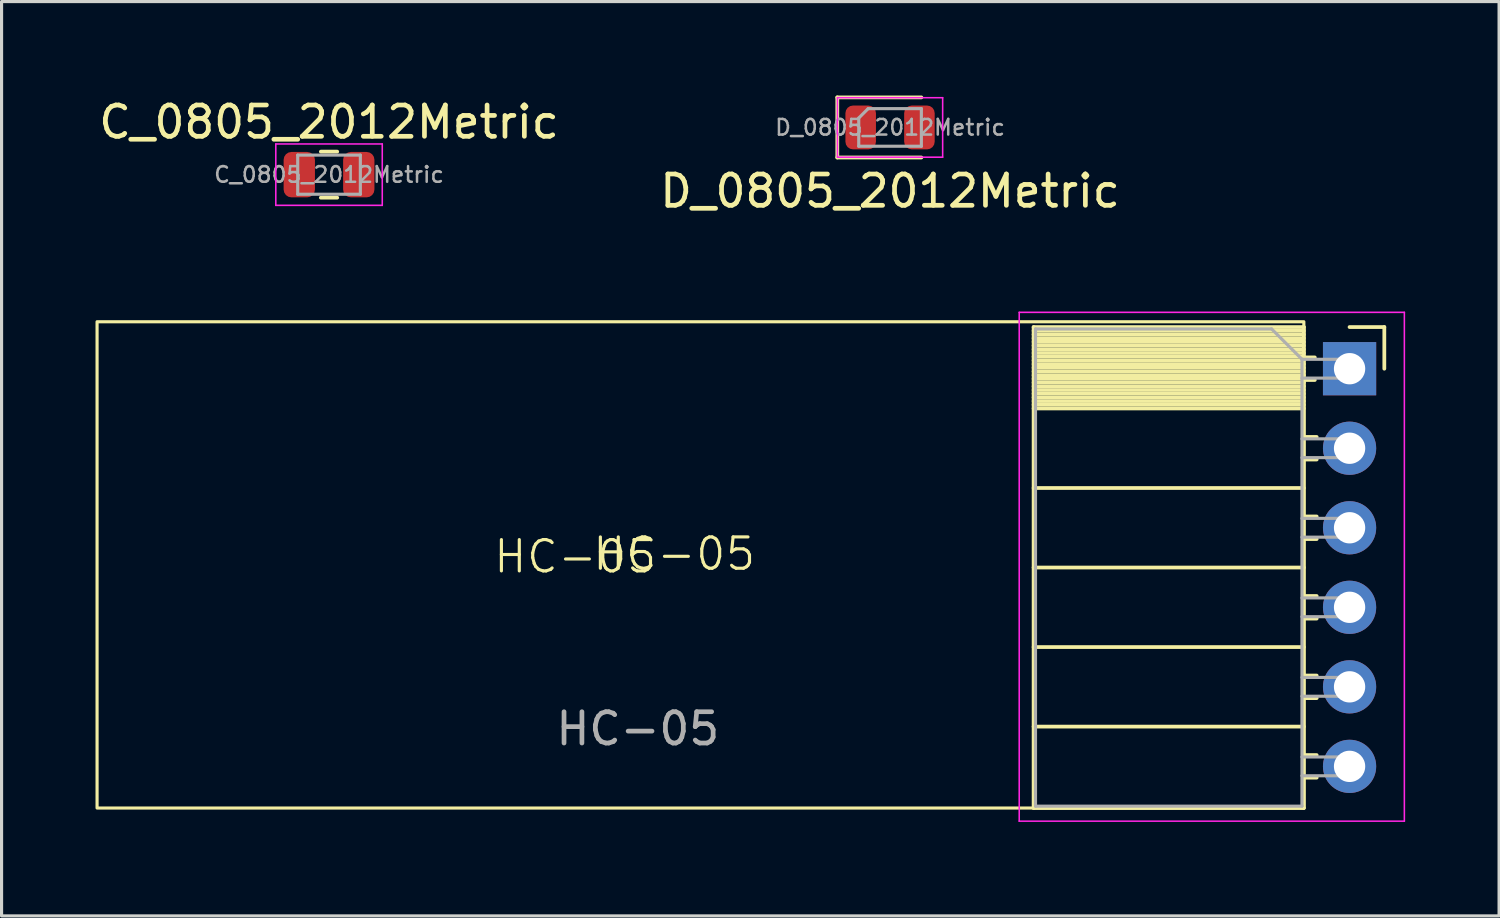
<source format=kicad_pcb>
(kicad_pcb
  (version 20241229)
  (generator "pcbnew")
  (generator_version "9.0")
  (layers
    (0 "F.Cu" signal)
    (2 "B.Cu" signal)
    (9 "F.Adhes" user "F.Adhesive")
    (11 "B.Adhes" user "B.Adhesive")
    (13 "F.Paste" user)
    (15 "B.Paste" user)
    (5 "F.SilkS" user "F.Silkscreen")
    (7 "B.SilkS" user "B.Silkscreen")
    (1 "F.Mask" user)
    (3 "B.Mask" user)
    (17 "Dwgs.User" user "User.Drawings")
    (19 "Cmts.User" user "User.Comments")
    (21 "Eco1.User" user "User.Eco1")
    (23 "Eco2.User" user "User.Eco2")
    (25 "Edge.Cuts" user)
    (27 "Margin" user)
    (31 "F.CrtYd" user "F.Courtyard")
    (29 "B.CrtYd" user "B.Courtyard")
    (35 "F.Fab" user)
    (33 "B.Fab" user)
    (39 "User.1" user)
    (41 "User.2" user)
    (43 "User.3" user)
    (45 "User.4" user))
  (footprint "D_0805_2012Metric"
    (layer "F.Cu")
    (at 25.375 1.02)
    (property "Reference" "D_0805_2012Metric" (at 0 2.032 0) (layer "F.SilkS") (effects (font (size 1 1) (thickness 0.15))))
    (attr smd)
    (fp_line (start -1.685 -0.96) (end -1.685 0.96) (stroke (width 0.12) (type solid)) (layer "F.SilkS"))
    (fp_line (start -1.685 0.96) (end 1 0.96) (stroke (width 0.12) (type solid)) (layer "F.SilkS"))
    (fp_line (start 1 -0.96) (end -1.685 -0.96) (stroke (width 0.12) (type solid)) (layer "F.SilkS"))
    (fp_line (start -1.68 -0.95) (end 1.68 -0.95) (stroke (width 0.05) (type solid)) (layer "F.CrtYd"))
    (fp_line (start -1.68 0.95) (end -1.68 -0.95) (stroke (width 0.05) (type solid)) (layer "F.CrtYd"))
    (fp_line (start 1.68 -0.95) (end 1.68 0.95) (stroke (width 0.05) (type solid)) (layer "F.CrtYd"))
    (fp_line (start 1.68 0.95) (end -1.68 0.95) (stroke (width 0.05) (type solid)) (layer "F.CrtYd"))
    (fp_line (start -1 -0.3) (end -1 0.6) (stroke (width 0.1) (type solid)) (layer "F.Fab"))
    (fp_line (start -1 0.6) (end 1 0.6) (stroke (width 0.1) (type solid)) (layer "F.Fab"))
    (fp_line (start -0.7 -0.6) (end -1 -0.3) (stroke (width 0.1) (type solid)) (layer "F.Fab"))
    (fp_line (start 1 -0.6) (end -0.7 -0.6) (stroke (width 0.1) (type solid)) (layer "F.Fab"))
    (fp_line (start 1 0.6) (end 1 -0.6) (stroke (width 0.1) (type solid)) (layer "F.Fab"))
    (fp_text user "${REFERENCE}" (at 0 0 0) (layer "F.Fab") (effects (font (size 0.5 0.5) (thickness 0.08))))
    (pad "1" smd roundrect (at -0.938 0) (size 0.975 1.4) (layers "F.Cu" "F.Mask" "F.Paste") (roundrect_rratio 0.25))
    (pad "2" smd roundrect (at 0.938 0) (size 0.975 1.4) (layers "F.Cu" "F.Mask" "F.Paste") (roundrect_rratio 0.25)))
  (footprint "HC-05"
    (layer "F.Cu")
    (at 17.82 17.725)
    (property "Reference" "HC-05" (at -2.5 -3 0) (unlocked yes) (layer "F.SilkS") (effects (font (size 1 1) (thickness 0.1))))
    (attr through_hole)
    (fp_line (start 12.14 -10.33) (end 12.14 5.03) (stroke (width 0.12) (type solid)) (layer "F.SilkS"))
    (fp_line (start 12.14 -10.33) (end 20.77 -10.33) (stroke (width 0.12) (type solid)) (layer "F.SilkS"))
    (fp_line (start 12.14 -10.21) (end 20.77 -10.21) (stroke (width 0.12) (type solid)) (layer "F.SilkS"))
    (fp_line (start 12.14 -10.092) (end 20.77 -10.092) (stroke (width 0.12) (type solid)) (layer "F.SilkS"))
    (fp_line (start 12.14 -9.974) (end 20.77 -9.974) (stroke (width 0.12) (type solid)) (layer "F.SilkS"))
    (fp_line (start 12.14 -9.856) (end 20.77 -9.856) (stroke (width 0.12) (type solid)) (layer "F.SilkS"))
    (fp_line (start 12.14 -9.738) (end 20.77 -9.738) (stroke (width 0.12) (type solid)) (layer "F.SilkS"))
    (fp_line (start 12.14 -9.62) (end 20.77 -9.62) (stroke (width 0.12) (type solid)) (layer "F.SilkS"))
    (fp_line (start 12.14 -9.501) (end 20.77 -9.501) (stroke (width 0.12) (type solid)) (layer "F.SilkS"))
    (fp_line (start 12.14 -9.383) (end 20.77 -9.383) (stroke (width 0.12) (type solid)) (layer "F.SilkS"))
    (fp_line (start 12.14 -9.265) (end 20.77 -9.265) (stroke (width 0.12) (type solid)) (layer "F.SilkS"))
    (fp_line (start 12.14 -9.147) (end 20.77 -9.147) (stroke (width 0.12) (type solid)) (layer "F.SilkS"))
    (fp_line (start 12.14 -9.029) (end 20.77 -9.029) (stroke (width 0.12) (type solid)) (layer "F.SilkS"))
    (fp_line (start 12.14 -8.911) (end 20.77 -8.911) (stroke (width 0.12) (type solid)) (layer "F.SilkS"))
    (fp_line (start 12.14 -8.793) (end 20.77 -8.793) (stroke (width 0.12) (type solid)) (layer "F.SilkS"))
    (fp_line (start 12.14 -8.675) (end 20.77 -8.675) (stroke (width 0.12) (type solid)) (layer "F.SilkS"))
    (fp_line (start 12.14 -8.557) (end 20.77 -8.557) (stroke (width 0.12) (type solid)) (layer "F.SilkS"))
    (fp_line (start 12.14 -8.439) (end 20.77 -8.439) (stroke (width 0.12) (type solid)) (layer "F.SilkS"))
    (fp_line (start 12.14 -8.32) (end 20.77 -8.32) (stroke (width 0.12) (type solid)) (layer "F.SilkS"))
    (fp_line (start 12.14 -8.202) (end 20.77 -8.202) (stroke (width 0.12) (type solid)) (layer "F.SilkS"))
    (fp_line (start 12.14 -8.084) (end 20.77 -8.084) (stroke (width 0.12) (type solid)) (layer "F.SilkS"))
    (fp_line (start 12.14 -7.966) (end 20.77 -7.966) (stroke (width 0.12) (type solid)) (layer "F.SilkS"))
    (fp_line (start 12.14 -7.848) (end 20.77 -7.848) (stroke (width 0.12) (type solid)) (layer "F.SilkS"))
    (fp_line (start 12.14 -7.73) (end 20.77 -7.73) (stroke (width 0.12) (type solid)) (layer "F.SilkS"))
    (fp_line (start 12.14 -5.19) (end 20.77 -5.19) (stroke (width 0.12) (type solid)) (layer "F.SilkS"))
    (fp_line (start 12.14 -2.65) (end 20.77 -2.65) (stroke (width 0.12) (type solid)) (layer "F.SilkS"))
    (fp_line (start 12.14 -0.11) (end 20.77 -0.11) (stroke (width 0.12) (type solid)) (layer "F.SilkS"))
    (fp_line (start 12.14 2.43) (end 20.77 2.43) (stroke (width 0.12) (type solid)) (layer "F.SilkS"))
    (fp_line (start 12.14 5.03) (end 20.77 5.03) (stroke (width 0.12) (type solid)) (layer "F.SilkS"))
    (fp_line (start 20.77 -10.33) (end 20.77 5.03) (stroke (width 0.12) (type solid)) (layer "F.SilkS"))
    (fp_line (start 20.77 -9.36) (end 21.12 -9.36) (stroke (width 0.12) (type solid)) (layer "F.SilkS"))
    (fp_line (start 20.77 -8.64) (end 21.12 -8.64) (stroke (width 0.12) (type solid)) (layer "F.SilkS"))
    (fp_line (start 20.77 -6.82) (end 21.18 -6.82) (stroke (width 0.12) (type solid)) (layer "F.SilkS"))
    (fp_line (start 20.77 -6.1) (end 21.18 -6.1) (stroke (width 0.12) (type solid)) (layer "F.SilkS"))
    (fp_line (start 20.77 -4.28) (end 21.18 -4.28) (stroke (width 0.12) (type solid)) (layer "F.SilkS"))
    (fp_line (start 20.77 -3.56) (end 21.18 -3.56) (stroke (width 0.12) (type solid)) (layer "F.SilkS"))
    (fp_line (start 20.77 -1.74) (end 21.18 -1.74) (stroke (width 0.12) (type solid)) (layer "F.SilkS"))
    (fp_line (start 20.77 -1.02) (end 21.18 -1.02) (stroke (width 0.12) (type solid)) (layer "F.SilkS"))
    (fp_line (start 20.77 0.8) (end 21.18 0.8) (stroke (width 0.12) (type solid)) (layer "F.SilkS"))
    (fp_line (start 20.77 1.52) (end 21.18 1.52) (stroke (width 0.12) (type solid)) (layer "F.SilkS"))
    (fp_line (start 20.77 3.34) (end 21.18 3.34) (stroke (width 0.12) (type solid)) (layer "F.SilkS"))
    (fp_line (start 20.77 4.06) (end 21.18 4.06) (stroke (width 0.12) (type solid)) (layer "F.SilkS"))
    (fp_line (start 22.23 -10.33) (end 23.34 -10.33) (stroke (width 0.12) (type solid)) (layer "F.SilkS"))
    (fp_line (start 23.34 -10.33) (end 23.34 -9) (stroke (width 0.12) (type solid)) (layer "F.SilkS"))
    (fp_rect (start 20.77 5.03) (end -17.77 -10.5) (stroke (width 0.1) (type default)) (fill no) (layer "F.SilkS"))
    (fp_line (start 11.68 -10.8) (end 11.68 5.45) (stroke (width 0.05) (type solid)) (layer "F.CrtYd"))
    (fp_line (start 11.68 5.45) (end 23.98 5.45) (stroke (width 0.05) (type solid)) (layer "F.CrtYd"))
    (fp_line (start 23.98 -10.8) (end 11.68 -10.8) (stroke (width 0.05) (type solid)) (layer "F.CrtYd"))
    (fp_line (start 23.98 5.45) (end 23.98 -10.8) (stroke (width 0.05) (type solid)) (layer "F.CrtYd"))
    (fp_line (start 12.2 -10.27) (end 19.74 -10.27) (stroke (width 0.1) (type solid)) (layer "F.Fab"))
    (fp_line (start 12.2 4.97) (end 12.2 -10.27) (stroke (width 0.1) (type solid)) (layer "F.Fab"))
    (fp_line (start 19.74 -10.27) (end 20.71 -9.3) (stroke (width 0.1) (type solid)) (layer "F.Fab"))
    (fp_line (start 20.71 -9.3) (end 20.71 4.97) (stroke (width 0.1) (type solid)) (layer "F.Fab"))
    (fp_line (start 20.71 -8.7) (end 22.23 -8.7) (stroke (width 0.1) (type solid)) (layer "F.Fab"))
    (fp_line (start 20.71 -6.16) (end 22.23 -6.16) (stroke (width 0.1) (type solid)) (layer "F.Fab"))
    (fp_line (start 20.71 -3.62) (end 22.23 -3.62) (stroke (width 0.1) (type solid)) (layer "F.Fab"))
    (fp_line (start 20.71 -1.08) (end 22.23 -1.08) (stroke (width 0.1) (type solid)) (layer "F.Fab"))
    (fp_line (start 20.71 1.46) (end 22.23 1.46) (stroke (width 0.1) (type solid)) (layer "F.Fab"))
    (fp_line (start 20.71 4) (end 22.23 4) (stroke (width 0.1) (type solid)) (layer "F.Fab"))
    (fp_line (start 20.71 4.97) (end 12.2 4.97) (stroke (width 0.1) (type solid)) (layer "F.Fab"))
    (fp_line (start 22.23 -9.3) (end 20.71 -9.3) (stroke (width 0.1) (type solid)) (layer "F.Fab"))
    (fp_line (start 22.23 -8.7) (end 22.23 -9.3) (stroke (width 0.1) (type solid)) (layer "F.Fab"))
    (fp_line (start 22.23 -6.76) (end 20.71 -6.76) (stroke (width 0.1) (type solid)) (layer "F.Fab"))
    (fp_line (start 22.23 -6.16) (end 22.23 -6.76) (stroke (width 0.1) (type solid)) (layer "F.Fab"))
    (fp_line (start 22.23 -4.22) (end 20.71 -4.22) (stroke (width 0.1) (type solid)) (layer "F.Fab"))
    (fp_line (start 22.23 -3.62) (end 22.23 -4.22) (stroke (width 0.1) (type solid)) (layer "F.Fab"))
    (fp_line (start 22.23 -1.68) (end 20.71 -1.68) (stroke (width 0.1) (type solid)) (layer "F.Fab"))
    (fp_line (start 22.23 -1.08) (end 22.23 -1.68) (stroke (width 0.1) (type solid)) (layer "F.Fab"))
    (fp_line (start 22.23 0.86) (end 20.71 0.86) (stroke (width 0.1) (type solid)) (layer "F.Fab"))
    (fp_line (start 22.23 1.46) (end 22.23 0.86) (stroke (width 0.1) (type solid)) (layer "F.Fab"))
    (fp_line (start 22.23 3.4) (end 20.71 3.4) (stroke (width 0.1) (type solid)) (layer "F.Fab"))
    (fp_line (start 22.23 4) (end 22.23 3.4) (stroke (width 0.1) (type solid)) (layer "F.Fab"))
    (fp_text user "HC-05" (at -2 -2.5 0) (unlocked yes) (layer "F.SilkS") (effects (font (size 1 1) (thickness 0.1)) (justify left bottom)))
    (fp_text user "${REFERENCE}" (at -0.5 2.5 0) (unlocked yes) (layer "F.Fab") (effects (font (size 1 1) (thickness 0.15))))
    (pad "1" thru_hole rect (at 22.23 -9) (size 1.7 1.7) (drill 1) (layers "*.Cu" "*.Mask"))
    (pad "2" thru_hole oval (at 22.23 -6.46) (size 1.7 1.7) (drill 1) (layers "*.Cu" "*.Mask"))
    (pad "3" thru_hole oval (at 22.23 -3.92) (size 1.7 1.7) (drill 1) (layers "*.Cu" "*.Mask"))
    (pad "4" thru_hole oval (at 22.23 -1.38) (size 1.7 1.7) (drill 1) (layers "*.Cu" "*.Mask"))
    (pad "5" thru_hole oval (at 22.23 1.16) (size 1.7 1.7) (drill 1) (layers "*.Cu" "*.Mask"))
    (pad "6" thru_hole oval (at 22.23 3.7) (size 1.7 1.7) (drill 1) (layers "*.Cu" "*.Mask")))
  (footprint "C_0805_2012Metric"
    (layer "F.Cu")
    (at 7.458 2.528)
    (property "Reference" "C_0805_2012Metric" (at 0 -1.68 180) (layer "F.SilkS") (effects (font (size 1 1) (thickness 0.15))))
    (attr smd)
    (fp_line (start -0.261 -0.735) (end 0.261 -0.735) (stroke (width 0.12) (type solid)) (layer "F.SilkS"))
    (fp_line (start -0.261 0.735) (end 0.261 0.735) (stroke (width 0.12) (type solid)) (layer "F.SilkS"))
    (fp_line (start -1.7 -0.98) (end 1.7 -0.98) (stroke (width 0.05) (type solid)) (layer "F.CrtYd"))
    (fp_line (start -1.7 0.98) (end -1.7 -0.98) (stroke (width 0.05) (type solid)) (layer "F.CrtYd"))
    (fp_line (start 1.7 -0.98) (end 1.7 0.98) (stroke (width 0.05) (type solid)) (layer "F.CrtYd"))
    (fp_line (start 1.7 0.98) (end -1.7 0.98) (stroke (width 0.05) (type solid)) (layer "F.CrtYd"))
    (fp_line (start -1 -0.625) (end 1 -0.625) (stroke (width 0.1) (type solid)) (layer "F.Fab"))
    (fp_line (start -1 0.625) (end -1 -0.625) (stroke (width 0.1) (type solid)) (layer "F.Fab"))
    (fp_line (start 1 -0.625) (end 1 0.625) (stroke (width 0.1) (type solid)) (layer "F.Fab"))
    (fp_line (start 1 0.625) (end -1 0.625) (stroke (width 0.1) (type solid)) (layer "F.Fab"))
    (fp_text user "${REFERENCE}" (at 0 0 180) (layer "F.Fab") (effects (font (size 0.5 0.5) (thickness 0.08))))
    (pad "1" smd roundrect (at -0.95 0) (size 1 1.45) (layers "F.Cu" "F.Mask" "F.Paste") (roundrect_rratio 0.25))
    (pad "2" smd roundrect (at 0.95 0) (size 1 1.45) (layers "F.Cu" "F.Mask" "F.Paste") (roundrect_rratio 0.25)))
  (gr_rect
    (start -3 -3)
    (end 44.825 26.2)
    (stroke (width 0.1) (type default))
    (fill no)
    (layer "Edge.Cuts")))
</source>
